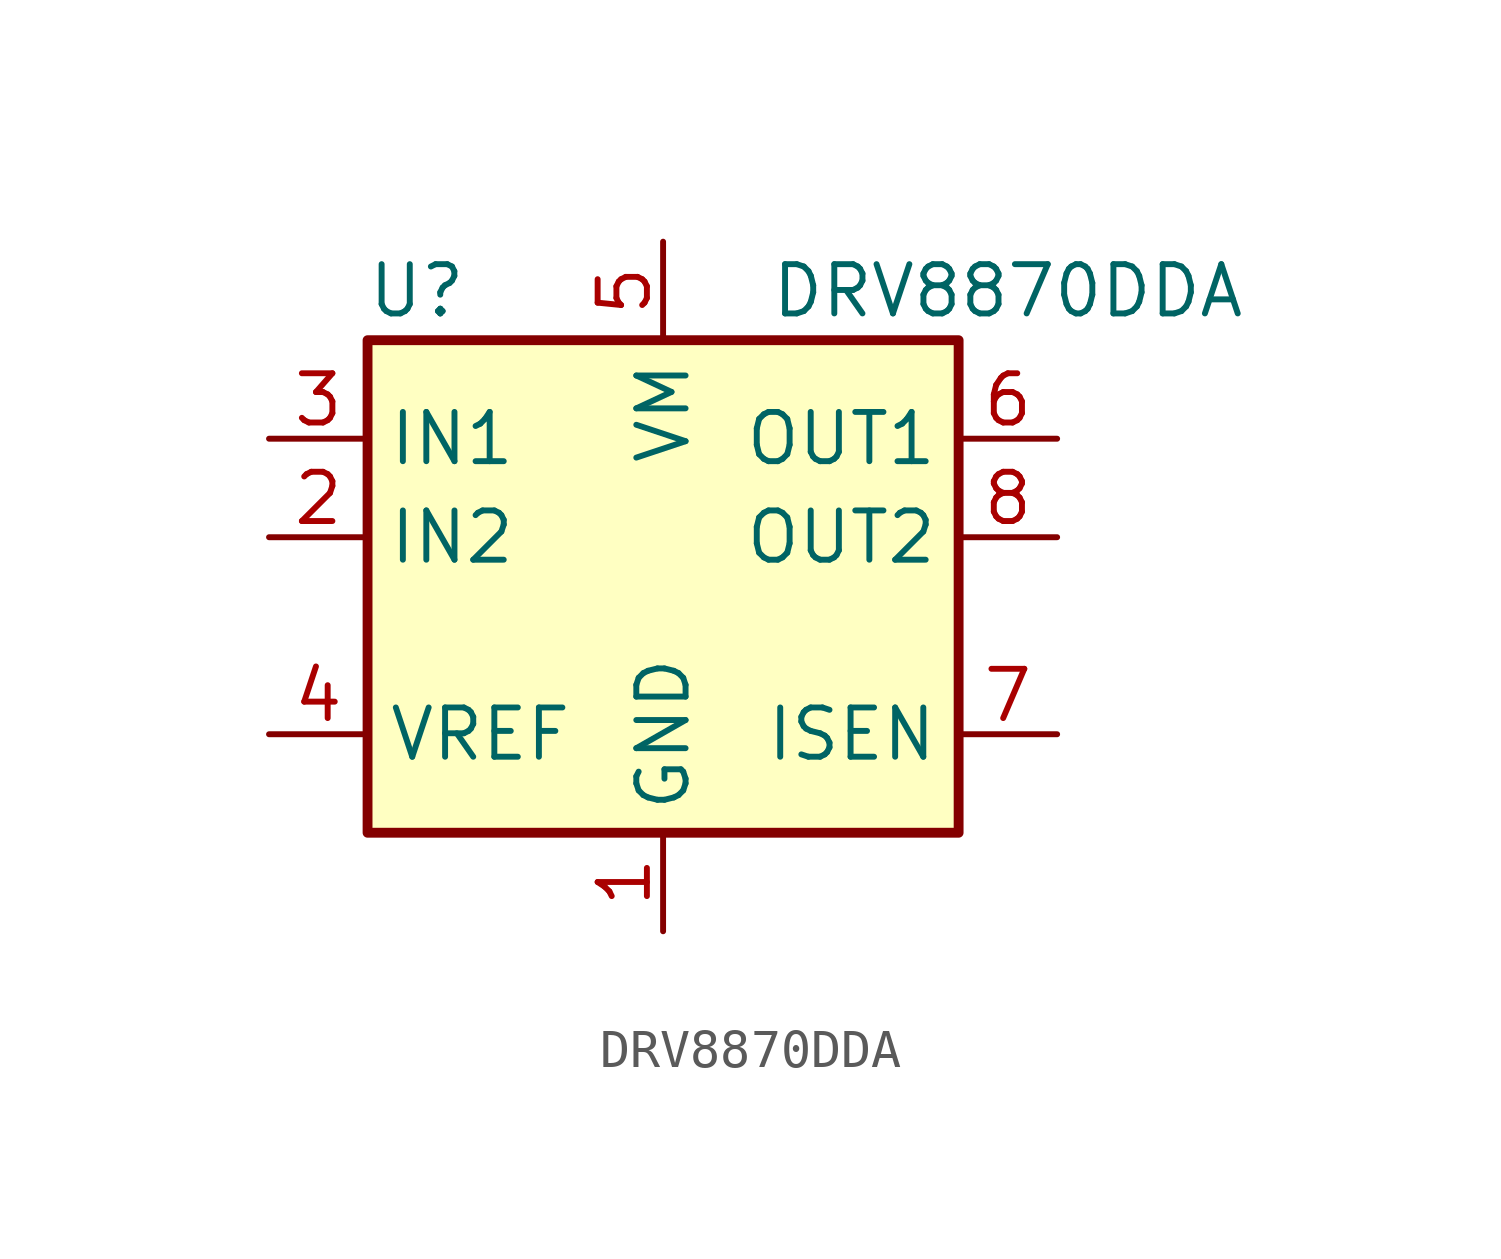
<source format=kicad_sym>
(kicad_symbol_lib
  (version 20220914)
  (generator kicad_symbol_editor)
  (symbol "DRV8870DDA"
    (property "Reference" "U"
      (at -6.35 6.35 0)
      (effects (font (size 1.27 1.27))))
    (property "Value" "DRV8870DDA"
      (at 8.89 6.35 0)
      (effects (font (size 1.27 1.27))))
    (symbol "DRV8870DDA_0_1"
      (rectangle (start -7.62 5.08) (end 7.62 -7.62) (stroke (width 0.254) (type default)) (fill (type background))))
    (symbol "DRV8870DDA_1_1"
      (pin power_in line (at 0 -10.16 90) (length 2.54) (name "GND" (effects (font (size 1.27 1.27)))) (number "1" (effects (font (size 1.27 1.27)))))
      (pin input line (at -10.16 0 0) (length 2.54) (name "IN2" (effects (font (size 1.27 1.27)))) (number "2" (effects (font (size 1.27 1.27)))))
      (pin input line (at -10.16 2.54 0) (length 2.54) (name "IN1" (effects (font (size 1.27 1.27)))) (number "3" (effects (font (size 1.27 1.27)))))
      (pin input line (at -10.16 -5.08 0) (length 2.54) (name "VREF" (effects (font (size 1.27 1.27)))) (number "4" (effects (font (size 1.27 1.27)))))
      (pin power_in line (at 0 7.62 270) (length 2.54) (name "VM" (effects (font (size 1.27 1.27)))) (number "5" (effects (font (size 1.27 1.27)))))
      (pin output line (at 10.16 2.54 180) (length 2.54) (name "OUT1" (effects (font (size 1.27 1.27)))) (number "6" (effects (font (size 1.27 1.27)))))
      (pin passive line (at 10.16 -5.08 180) (length 2.54) (name "ISEN" (effects (font (size 1.27 1.27)))) (number "7" (effects (font (size 1.27 1.27)))))
      (pin output line (at 10.16 0 180) (length 2.54) (name "OUT2" (effects (font (size 1.27 1.27)))) (number "8" (effects (font (size 1.27 1.27)))))
      (pin passive line (at 0 -10.16 90) (length 2.54) hide (name "GND" (effects (font (size 1.27 1.27)))) (number "9" (effects (font (size 1.27 1.27))))))))
</source>
